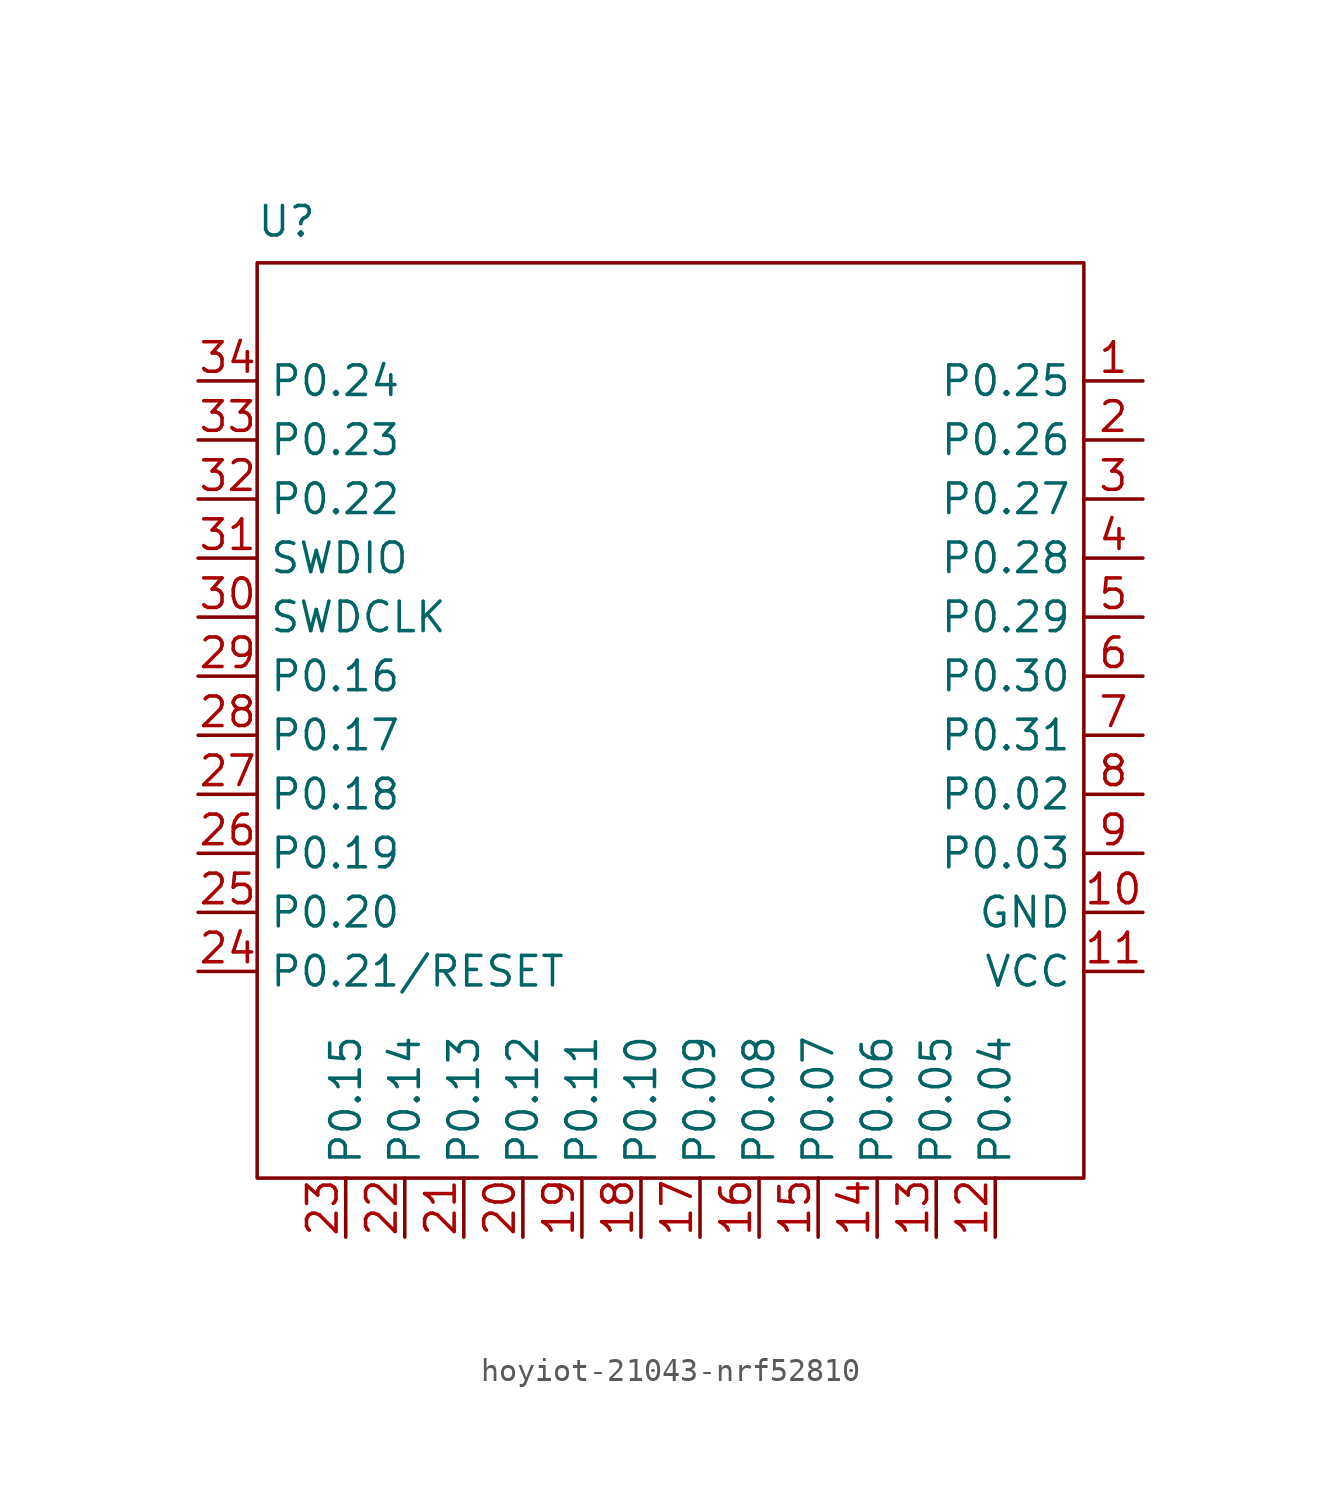
<source format=kicad_sym>
(kicad_symbol_lib
  (version 20231120)
  (generator "kicad_symbol_editor")
  (generator_version "8.0")
  (symbol "hoyiot-21043-nrf52810"
    (property "Reference" "U"
      (at 1.27 41.148 0)
      (effects (font (size 1.27 1.27))))
    (property "Value" ""
      (at 0 0 0)
      (effects (font (size 1.27 1.27))))
    (symbol "hoyiot-21043-nrf52810_0_1"
      (rectangle (start 0 39.37) (end 35.56 0) (stroke (width 0) (type default)) (fill (type none))))
    (symbol "hoyiot-21043-nrf52810_1_1"
      (pin passive line (at 38.1 34.29 180) (length 2.54) (name "P0.25" (effects (font (size 1.27 1.27)))) (number "1" (effects (font (size 1.27 1.27)))))
      (pin passive line (at 38.1 11.43 180) (length 2.54) (name "GND" (effects (font (size 1.27 1.27)))) (number "10" (effects (font (size 1.27 1.27)))))
      (pin passive line (at 38.1 8.89 180) (length 2.54) (name "VCC" (effects (font (size 1.27 1.27)))) (number "11" (effects (font (size 1.27 1.27)))))
      (pin passive line (at 31.75 -2.54 90) (length 2.54) (name "P0.04" (effects (font (size 1.27 1.27)))) (number "12" (effects (font (size 1.27 1.27)))))
      (pin passive line (at 29.21 -2.54 90) (length 2.54) (name "P0.05" (effects (font (size 1.27 1.27)))) (number "13" (effects (font (size 1.27 1.27)))))
      (pin passive line (at 26.67 -2.54 90) (length 2.54) (name "P0.06" (effects (font (size 1.27 1.27)))) (number "14" (effects (font (size 1.27 1.27)))))
      (pin passive line (at 24.13 -2.54 90) (length 2.54) (name "P0.07" (effects (font (size 1.27 1.27)))) (number "15" (effects (font (size 1.27 1.27)))))
      (pin passive line (at 21.59 -2.54 90) (length 2.54) (name "P0.08" (effects (font (size 1.27 1.27)))) (number "16" (effects (font (size 1.27 1.27)))))
      (pin passive line (at 19.05 -2.54 90) (length 2.54) (name "P0.09" (effects (font (size 1.27 1.27)))) (number "17" (effects (font (size 1.27 1.27)))))
      (pin passive line (at 16.51 -2.54 90) (length 2.54) (name "P0.10" (effects (font (size 1.27 1.27)))) (number "18" (effects (font (size 1.27 1.27)))))
      (pin passive line (at 13.97 -2.54 90) (length 2.54) (name "P0.11" (effects (font (size 1.27 1.27)))) (number "19" (effects (font (size 1.27 1.27)))))
      (pin passive line (at 38.1 31.75 180) (length 2.54) (name "P0.26" (effects (font (size 1.27 1.27)))) (number "2" (effects (font (size 1.27 1.27)))))
      (pin passive line (at 11.43 -2.54 90) (length 2.54) (name "P0.12" (effects (font (size 1.27 1.27)))) (number "20" (effects (font (size 1.27 1.27)))))
      (pin passive line (at 8.89 -2.54 90) (length 2.54) (name "P0.13" (effects (font (size 1.27 1.27)))) (number "21" (effects (font (size 1.27 1.27)))))
      (pin passive line (at 6.35 -2.54 90) (length 2.54) (name "P0.14" (effects (font (size 1.27 1.27)))) (number "22" (effects (font (size 1.27 1.27)))))
      (pin passive line (at 3.81 -2.54 90) (length 2.54) (name "P0.15" (effects (font (size 1.27 1.27)))) (number "23" (effects (font (size 1.27 1.27)))))
      (pin passive line (at -2.54 8.89 0) (length 2.54) (name "P0.21/RESET" (effects (font (size 1.27 1.27)))) (number "24" (effects (font (size 1.27 1.27)))))
      (pin passive line (at -2.54 11.43 0) (length 2.54) (name "P0.20" (effects (font (size 1.27 1.27)))) (number "25" (effects (font (size 1.27 1.27)))))
      (pin passive line (at -2.54 13.97 0) (length 2.54) (name "P0.19" (effects (font (size 1.27 1.27)))) (number "26" (effects (font (size 1.27 1.27)))))
      (pin passive line (at -2.54 16.51 0) (length 2.54) (name "P0.18" (effects (font (size 1.27 1.27)))) (number "27" (effects (font (size 1.27 1.27)))))
      (pin passive line (at -2.54 19.05 0) (length 2.54) (name "P0.17" (effects (font (size 1.27 1.27)))) (number "28" (effects (font (size 1.27 1.27)))))
      (pin passive line (at -2.54 21.59 0) (length 2.54) (name "P0.16" (effects (font (size 1.27 1.27)))) (number "29" (effects (font (size 1.27 1.27)))))
      (pin passive line (at 38.1 29.21 180) (length 2.54) (name "P0.27" (effects (font (size 1.27 1.27)))) (number "3" (effects (font (size 1.27 1.27)))))
      (pin passive line (at -2.54 24.13 0) (length 2.54) (name "SWDCLK" (effects (font (size 1.27 1.27)))) (number "30" (effects (font (size 1.27 1.27)))))
      (pin passive line (at -2.54 26.67 0) (length 2.54) (name "SWDIO" (effects (font (size 1.27 1.27)))) (number "31" (effects (font (size 1.27 1.27)))))
      (pin passive line (at -2.54 29.21 0) (length 2.54) (name "P0.22" (effects (font (size 1.27 1.27)))) (number "32" (effects (font (size 1.27 1.27)))))
      (pin passive line (at -2.54 31.75 0) (length 2.54) (name "P0.23" (effects (font (size 1.27 1.27)))) (number "33" (effects (font (size 1.27 1.27)))))
      (pin passive line (at -2.54 34.29 0) (length 2.54) (name "P0.24" (effects (font (size 1.27 1.27)))) (number "34" (effects (font (size 1.27 1.27)))))
      (pin passive line (at 38.1 26.67 180) (length 2.54) (name "P0.28" (effects (font (size 1.27 1.27)))) (number "4" (effects (font (size 1.27 1.27)))))
      (pin passive line (at 38.1 24.13 180) (length 2.54) (name "P0.29" (effects (font (size 1.27 1.27)))) (number "5" (effects (font (size 1.27 1.27)))))
      (pin passive line (at 38.1 21.59 180) (length 2.54) (name "P0.30" (effects (font (size 1.27 1.27)))) (number "6" (effects (font (size 1.27 1.27)))))
      (pin passive line (at 38.1 19.05 180) (length 2.54) (name "P0.31" (effects (font (size 1.27 1.27)))) (number "7" (effects (font (size 1.27 1.27)))))
      (pin passive line (at 38.1 16.51 180) (length 2.54) (name "P0.02" (effects (font (size 1.27 1.27)))) (number "8" (effects (font (size 1.27 1.27)))))
      (pin passive line (at 38.1 13.97 180) (length 2.54) (name "P0.03" (effects (font (size 1.27 1.27)))) (number "9" (effects (font (size 1.27 1.27))))))))
</source>
